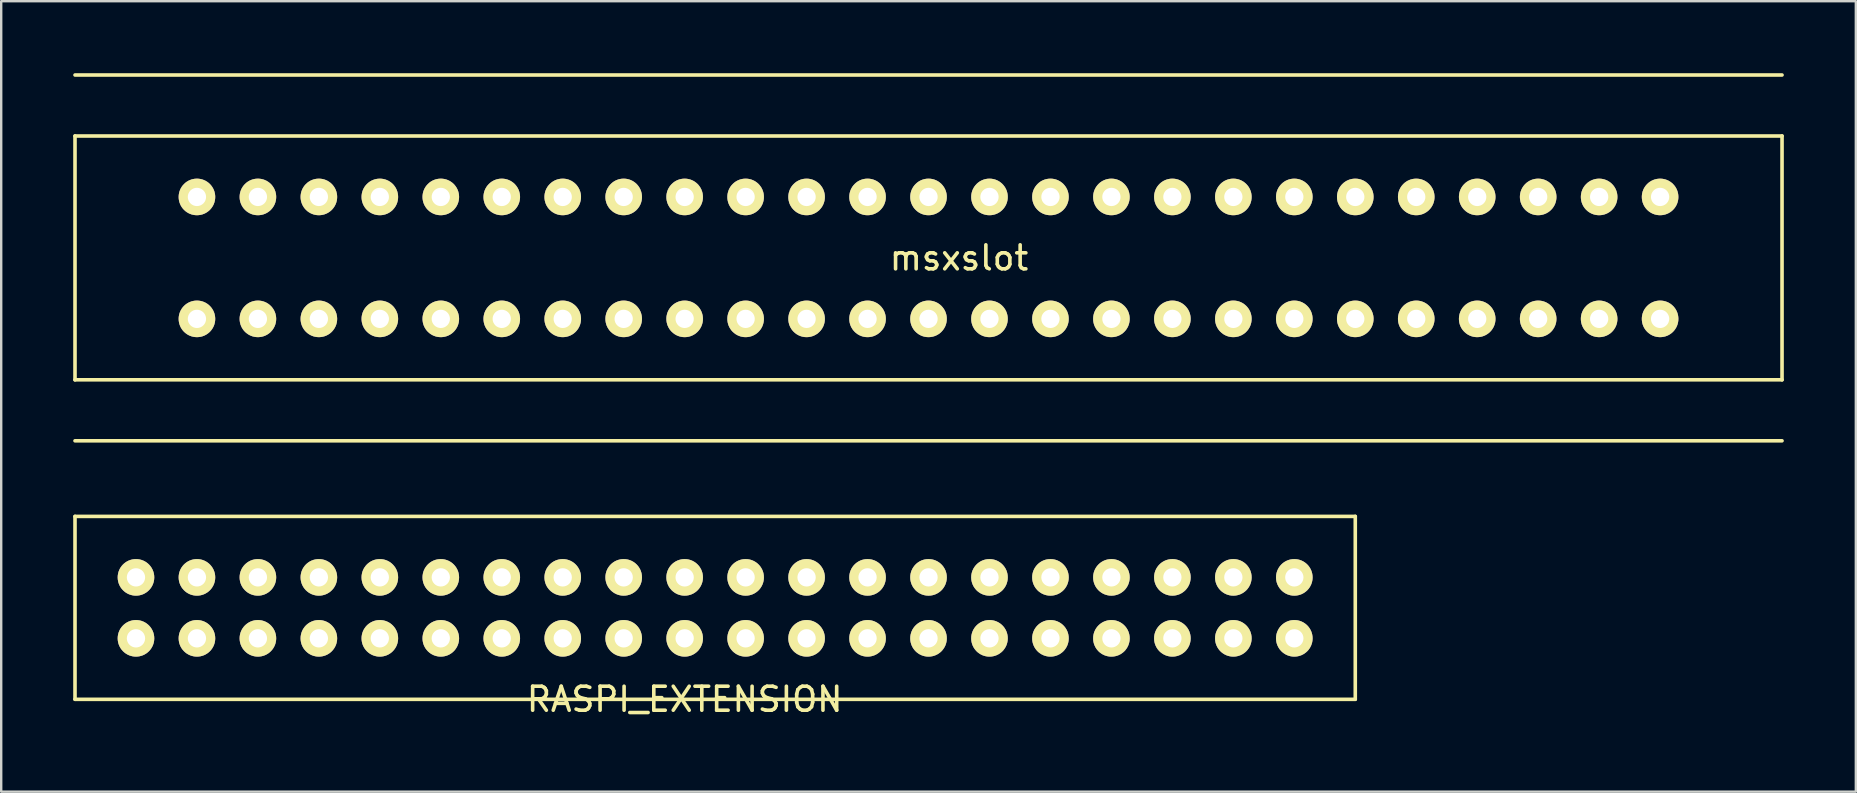
<source format=kicad_pcb>
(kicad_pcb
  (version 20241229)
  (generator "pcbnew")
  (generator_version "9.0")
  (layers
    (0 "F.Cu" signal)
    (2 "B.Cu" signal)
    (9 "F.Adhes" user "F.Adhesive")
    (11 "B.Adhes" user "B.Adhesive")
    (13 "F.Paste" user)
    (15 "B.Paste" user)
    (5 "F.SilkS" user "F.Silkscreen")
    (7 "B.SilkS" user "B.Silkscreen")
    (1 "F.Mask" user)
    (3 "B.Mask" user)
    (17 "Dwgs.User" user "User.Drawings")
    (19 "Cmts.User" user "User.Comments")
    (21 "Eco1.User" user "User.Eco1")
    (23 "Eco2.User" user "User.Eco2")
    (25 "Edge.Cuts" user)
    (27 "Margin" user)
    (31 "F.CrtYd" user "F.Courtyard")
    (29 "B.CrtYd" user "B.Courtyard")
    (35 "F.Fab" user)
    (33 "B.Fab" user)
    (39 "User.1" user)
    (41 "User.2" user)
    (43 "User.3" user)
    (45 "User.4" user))
  (footprint "msxslot"
    (layer "F.Cu")
    (at 36.905 7.695)
    (property "Reference" "msxslot" (at 0 0 0) (layer "F.SilkS") (effects (font (size 1 1) (thickness 0.15))))
    (attr through_hole)
    (fp_line (start -36.83 -7.62) (end 34.29 -7.62) (stroke (width 0.15) (type solid)) (layer "F.SilkS"))
    (fp_line (start -36.83 -5.08) (end 34.29 -5.08) (stroke (width 0.15) (type solid)) (layer "F.SilkS"))
    (fp_line (start -36.83 5.08) (end -36.83 -5.08) (stroke (width 0.15) (type solid)) (layer "F.SilkS"))
    (fp_line (start -36.83 7.62) (end 34.29 7.62) (stroke (width 0.15) (type solid)) (layer "F.SilkS"))
    (fp_line (start 34.29 -5.08) (end 34.29 5.08) (stroke (width 0.15) (type solid)) (layer "F.SilkS"))
    (fp_line (start 34.29 5.08) (end -36.83 5.08) (stroke (width 0.15) (type solid)) (layer "F.SilkS"))
    (pad "1" thru_hole circle (at 29.21 -2.54) (size 1.524 1.524) (drill 0.762) (layers "*.Cu" "*.Mask" "F.SilkS"))
    (pad "2" thru_hole circle (at 29.21 2.54) (size 1.524 1.524) (drill 0.762) (layers "*.Cu" "*.Mask" "F.SilkS"))
    (pad "3" thru_hole circle (at 26.67 -2.54) (size 1.524 1.524) (drill 0.762) (layers "*.Cu" "*.Mask" "F.SilkS"))
    (pad "4" thru_hole circle (at 26.67 2.54) (size 1.524 1.524) (drill 0.762) (layers "*.Cu" "*.Mask" "F.SilkS"))
    (pad "5" thru_hole circle (at 24.13 -2.54) (size 1.524 1.524) (drill 0.762) (layers "*.Cu" "*.Mask" "F.SilkS"))
    (pad "6" thru_hole circle (at 24.13 2.54) (size 1.524 1.524) (drill 0.762) (layers "*.Cu" "*.Mask" "F.SilkS"))
    (pad "7" thru_hole circle (at 21.59 -2.54) (size 1.524 1.524) (drill 0.762) (layers "*.Cu" "*.Mask" "F.SilkS"))
    (pad "8" thru_hole circle (at 21.59 2.54) (size 1.524 1.524) (drill 0.762) (layers "*.Cu" "*.Mask" "F.SilkS"))
    (pad "9" thru_hole circle (at 19.05 -2.54) (size 1.524 1.524) (drill 0.762) (layers "*.Cu" "*.Mask" "F.SilkS"))
    (pad "10" thru_hole circle (at 19.05 2.54) (size 1.524 1.524) (drill 0.762) (layers "*.Cu" "*.Mask" "F.SilkS"))
    (pad "11" thru_hole circle (at 16.51 -2.54) (size 1.524 1.524) (drill 0.762) (layers "*.Cu" "*.Mask" "F.SilkS"))
    (pad "12" thru_hole circle (at 16.51 2.54) (size 1.524 1.524) (drill 0.762) (layers "*.Cu" "*.Mask" "F.SilkS"))
    (pad "13" thru_hole circle (at 13.97 -2.54) (size 1.524 1.524) (drill 0.762) (layers "*.Cu" "*.Mask" "F.SilkS"))
    (pad "14" thru_hole circle (at 13.97 2.54) (size 1.524 1.524) (drill 0.762) (layers "*.Cu" "*.Mask" "F.SilkS"))
    (pad "15" thru_hole circle (at 11.43 -2.54) (size 1.524 1.524) (drill 0.762) (layers "*.Cu" "*.Mask" "F.SilkS"))
    (pad "16" thru_hole circle (at 11.43 2.54) (size 1.524 1.524) (drill 0.762) (layers "*.Cu" "*.Mask" "F.SilkS"))
    (pad "17" thru_hole circle (at 8.89 -2.54) (size 1.524 1.524) (drill 0.762) (layers "*.Cu" "*.Mask" "F.SilkS"))
    (pad "18" thru_hole circle (at 8.89 2.54) (size 1.524 1.524) (drill 0.762) (layers "*.Cu" "*.Mask" "F.SilkS"))
    (pad "19" thru_hole circle (at 6.35 -2.54) (size 1.524 1.524) (drill 0.762) (layers "*.Cu" "*.Mask" "F.SilkS"))
    (pad "20" thru_hole circle (at 6.35 2.54) (size 1.524 1.524) (drill 0.762) (layers "*.Cu" "*.Mask" "F.SilkS"))
    (pad "21" thru_hole circle (at 3.81 -2.54) (size 1.524 1.524) (drill 0.762) (layers "*.Cu" "*.Mask" "F.SilkS"))
    (pad "22" thru_hole circle (at 3.81 2.54) (size 1.524 1.524) (drill 0.762) (layers "*.Cu" "*.Mask" "F.SilkS"))
    (pad "23" thru_hole circle (at 1.27 -2.54) (size 1.524 1.524) (drill 0.762) (layers "*.Cu" "*.Mask" "F.SilkS"))
    (pad "24" thru_hole circle (at 1.27 2.54) (size 1.524 1.524) (drill 0.762) (layers "*.Cu" "*.Mask" "F.SilkS"))
    (pad "25" thru_hole circle (at -1.27 -2.54) (size 1.524 1.524) (drill 0.762) (layers "*.Cu" "*.Mask" "F.SilkS"))
    (pad "26" thru_hole circle (at -1.27 2.54) (size 1.524 1.524) (drill 0.762) (layers "*.Cu" "*.Mask" "F.SilkS"))
    (pad "27" thru_hole circle (at -3.81 -2.54) (size 1.524 1.524) (drill 0.762) (layers "*.Cu" "*.Mask" "F.SilkS"))
    (pad "28" thru_hole circle (at -3.81 2.54) (size 1.524 1.524) (drill 0.762) (layers "*.Cu" "*.Mask" "F.SilkS"))
    (pad "29" thru_hole circle (at -6.35 -2.54) (size 1.524 1.524) (drill 0.762) (layers "*.Cu" "*.Mask" "F.SilkS"))
    (pad "30" thru_hole circle (at -6.35 2.54) (size 1.524 1.524) (drill 0.762) (layers "*.Cu" "*.Mask" "F.SilkS"))
    (pad "31" thru_hole circle (at -8.89 -2.54) (size 1.524 1.524) (drill 0.762) (layers "*.Cu" "*.Mask" "F.SilkS"))
    (pad "32" thru_hole circle (at -8.89 2.54) (size 1.524 1.524) (drill 0.762) (layers "*.Cu" "*.Mask" "F.SilkS"))
    (pad "33" thru_hole circle (at -11.43 -2.54) (size 1.524 1.524) (drill 0.762) (layers "*.Cu" "*.Mask" "F.SilkS"))
    (pad "34" thru_hole circle (at -11.43 2.54) (size 1.524 1.524) (drill 0.762) (layers "*.Cu" "*.Mask" "F.SilkS"))
    (pad "35" thru_hole circle (at -13.97 -2.54) (size 1.524 1.524) (drill 0.762) (layers "*.Cu" "*.Mask" "F.SilkS"))
    (pad "36" thru_hole circle (at -13.97 2.54) (size 1.524 1.524) (drill 0.762) (layers "*.Cu" "*.Mask" "F.SilkS"))
    (pad "37" thru_hole circle (at -16.51 -2.54) (size 1.524 1.524) (drill 0.762) (layers "*.Cu" "*.Mask" "F.SilkS"))
    (pad "38" thru_hole circle (at -16.51 2.54) (size 1.524 1.524) (drill 0.762) (layers "*.Cu" "*.Mask" "F.SilkS"))
    (pad "39" thru_hole circle (at -19.05 -2.54) (size 1.524 1.524) (drill 0.762) (layers "*.Cu" "*.Mask" "F.SilkS"))
    (pad "40" thru_hole circle (at -19.05 2.54) (size 1.524 1.524) (drill 0.762) (layers "*.Cu" "*.Mask" "F.SilkS"))
    (pad "41" thru_hole circle (at -21.59 -2.54) (size 1.524 1.524) (drill 0.762) (layers "*.Cu" "*.Mask" "F.SilkS"))
    (pad "42" thru_hole circle (at -21.59 2.54) (size 1.524 1.524) (drill 0.762) (layers "*.Cu" "*.Mask" "F.SilkS"))
    (pad "43" thru_hole circle (at -24.13 -2.54) (size 1.524 1.524) (drill 0.762) (layers "*.Cu" "*.Mask" "F.SilkS"))
    (pad "44" thru_hole circle (at -24.13 2.54) (size 1.524 1.524) (drill 0.762) (layers "*.Cu" "*.Mask" "F.SilkS"))
    (pad "45" thru_hole circle (at -26.67 -2.54) (size 1.524 1.524) (drill 0.762) (layers "*.Cu" "*.Mask" "F.SilkS"))
    (pad "46" thru_hole circle (at -26.67 2.54) (size 1.524 1.524) (drill 0.762) (layers "*.Cu" "*.Mask" "F.SilkS"))
    (pad "47" thru_hole circle (at -29.21 -2.54) (size 1.524 1.524) (drill 0.762) (layers "*.Cu" "*.Mask" "F.SilkS"))
    (pad "48" thru_hole circle (at -29.21 2.54) (size 1.524 1.524) (drill 0.762) (layers "*.Cu" "*.Mask" "F.SilkS"))
    (pad "49" thru_hole circle (at -31.75 -2.54) (size 1.524 1.524) (drill 0.762) (layers "*.Cu" "*.Mask" "F.SilkS"))
    (pad "50" thru_hole circle (at -31.75 2.54) (size 1.524 1.524) (drill 0.762) (layers "*.Cu" "*.Mask" "F.SilkS")))
  (footprint "RASPI_EXTENSION"
    (layer "F.Cu")
    (at 26.745 22.275)
    (property "Reference" "RASPI_EXTENSION" (at -1.27 3.81 0) (layer "F.SilkS") (effects (font (size 1 1) (thickness 0.15))))
    (attr through_hole)
    (fp_line (start -26.67 -3.81) (end -26.67 3.81) (stroke (width 0.15) (type solid)) (layer "F.SilkS"))
    (fp_line (start -26.67 3.81) (end 26.67 3.81) (stroke (width 0.15) (type solid)) (layer "F.SilkS"))
    (fp_line (start 26.67 -3.81) (end -26.67 -3.81) (stroke (width 0.15) (type solid)) (layer "F.SilkS"))
    (fp_line (start 26.67 3.81) (end 26.67 -3.81) (stroke (width 0.15) (type solid)) (layer "F.SilkS"))
    (pad "1" thru_hole circle (at 24.13 -1.27) (size 1.524 1.524) (drill 0.762) (layers "*.Cu" "*.Mask" "F.SilkS"))
    (pad "2" thru_hole circle (at 24.13 1.27) (size 1.524 1.524) (drill 0.762) (layers "*.Cu" "*.Mask" "F.SilkS"))
    (pad "3" thru_hole circle (at 21.59 -1.27) (size 1.524 1.524) (drill 0.762) (layers "*.Cu" "*.Mask" "F.SilkS"))
    (pad "4" thru_hole circle (at 21.59 1.27) (size 1.524 1.524) (drill 0.762) (layers "*.Cu" "*.Mask" "F.SilkS"))
    (pad "5" thru_hole circle (at 19.05 -1.27) (size 1.524 1.524) (drill 0.762) (layers "*.Cu" "*.Mask" "F.SilkS"))
    (pad "6" thru_hole circle (at 19.05 1.27) (size 1.524 1.524) (drill 0.762) (layers "*.Cu" "*.Mask" "F.SilkS"))
    (pad "7" thru_hole circle (at 16.51 -1.27) (size 1.524 1.524) (drill 0.762) (layers "*.Cu" "*.Mask" "F.SilkS"))
    (pad "8" thru_hole circle (at 16.51 1.27) (size 1.524 1.524) (drill 0.762) (layers "*.Cu" "*.Mask" "F.SilkS"))
    (pad "9" thru_hole circle (at 13.97 -1.27) (size 1.524 1.524) (drill 0.762) (layers "*.Cu" "*.Mask" "F.SilkS"))
    (pad "10" thru_hole circle (at 13.97 1.27) (size 1.524 1.524) (drill 0.762) (layers "*.Cu" "*.Mask" "F.SilkS"))
    (pad "11" thru_hole circle (at 11.43 -1.27) (size 1.524 1.524) (drill 0.762) (layers "*.Cu" "*.Mask" "F.SilkS"))
    (pad "12" thru_hole circle (at 11.43 1.27) (size 1.524 1.524) (drill 0.762) (layers "*.Cu" "*.Mask" "F.SilkS"))
    (pad "13" thru_hole circle (at 8.89 -1.27) (size 1.524 1.524) (drill 0.762) (layers "*.Cu" "*.Mask" "F.SilkS"))
    (pad "14" thru_hole circle (at 8.89 1.27) (size 1.524 1.524) (drill 0.762) (layers "*.Cu" "*.Mask" "F.SilkS"))
    (pad "15" thru_hole circle (at 6.35 -1.27) (size 1.524 1.524) (drill 0.762) (layers "*.Cu" "*.Mask" "F.SilkS"))
    (pad "16" thru_hole circle (at 6.35 1.27) (size 1.524 1.524) (drill 0.762) (layers "*.Cu" "*.Mask" "F.SilkS"))
    (pad "17" thru_hole circle (at 3.81 -1.27) (size 1.524 1.524) (drill 0.762) (layers "*.Cu" "*.Mask" "F.SilkS"))
    (pad "18" thru_hole circle (at 3.81 1.27) (size 1.524 1.524) (drill 0.762) (layers "*.Cu" "*.Mask" "F.SilkS"))
    (pad "19" thru_hole circle (at 1.27 -1.27) (size 1.524 1.524) (drill 0.762) (layers "*.Cu" "*.Mask" "F.SilkS"))
    (pad "20" thru_hole circle (at 1.27 1.27) (size 1.524 1.524) (drill 0.762) (layers "*.Cu" "*.Mask" "F.SilkS"))
    (pad "21" thru_hole circle (at -1.27 -1.27) (size 1.524 1.524) (drill 0.762) (layers "*.Cu" "*.Mask" "F.SilkS"))
    (pad "22" thru_hole circle (at -1.27 1.27) (size 1.524 1.524) (drill 0.762) (layers "*.Cu" "*.Mask" "F.SilkS"))
    (pad "23" thru_hole circle (at -3.81 -1.27) (size 1.524 1.524) (drill 0.762) (layers "*.Cu" "*.Mask" "F.SilkS"))
    (pad "24" thru_hole circle (at -3.81 1.27) (size 1.524 1.524) (drill 0.762) (layers "*.Cu" "*.Mask" "F.SilkS"))
    (pad "25" thru_hole circle (at -6.35 -1.27) (size 1.524 1.524) (drill 0.762) (layers "*.Cu" "*.Mask" "F.SilkS"))
    (pad "26" thru_hole circle (at -6.35 1.27) (size 1.524 1.524) (drill 0.762) (layers "*.Cu" "*.Mask" "F.SilkS"))
    (pad "27" thru_hole circle (at -8.89 -1.27) (size 1.524 1.524) (drill 0.762) (layers "*.Cu" "*.Mask" "F.SilkS"))
    (pad "28" thru_hole circle (at -8.89 1.27) (size 1.524 1.524) (drill 0.762) (layers "*.Cu" "*.Mask" "F.SilkS"))
    (pad "29" thru_hole circle (at -11.43 -1.27) (size 1.524 1.524) (drill 0.762) (layers "*.Cu" "*.Mask" "F.SilkS"))
    (pad "30" thru_hole circle (at -11.43 1.27) (size 1.524 1.524) (drill 0.762) (layers "*.Cu" "*.Mask" "F.SilkS"))
    (pad "31" thru_hole circle (at -13.97 -1.27) (size 1.524 1.524) (drill 0.762) (layers "*.Cu" "*.Mask" "F.SilkS"))
    (pad "32" thru_hole circle (at -13.97 1.27) (size 1.524 1.524) (drill 0.762) (layers "*.Cu" "*.Mask" "F.SilkS"))
    (pad "33" thru_hole circle (at -16.51 -1.27) (size 1.524 1.524) (drill 0.762) (layers "*.Cu" "*.Mask" "F.SilkS"))
    (pad "34" thru_hole circle (at -16.51 1.27) (size 1.524 1.524) (drill 0.762) (layers "*.Cu" "*.Mask" "F.SilkS"))
    (pad "35" thru_hole circle (at -19.05 -1.27) (size 1.524 1.524) (drill 0.762) (layers "*.Cu" "*.Mask" "F.SilkS"))
    (pad "36" thru_hole circle (at -19.05 1.27) (size 1.524 1.524) (drill 0.762) (layers "*.Cu" "*.Mask" "F.SilkS"))
    (pad "37" thru_hole circle (at -21.59 -1.27) (size 1.524 1.524) (drill 0.762) (layers "*.Cu" "*.Mask" "F.SilkS"))
    (pad "38" thru_hole circle (at -21.59 1.27) (size 1.524 1.524) (drill 0.762) (layers "*.Cu" "*.Mask" "F.SilkS"))
    (pad "39" thru_hole circle (at -24.13 -1.27) (size 1.524 1.524) (drill 0.762) (layers "*.Cu" "*.Mask" "F.SilkS"))
    (pad "40" thru_hole circle (at -24.13 1.27) (size 1.524 1.524) (drill 0.762) (layers "*.Cu" "*.Mask" "F.SilkS")))
  (gr_rect
    (start -3 -3)
    (end 74.27 29.933)
    (stroke (width 0.1) (type default))
    (fill no)
    (layer "Edge.Cuts")))
</source>
